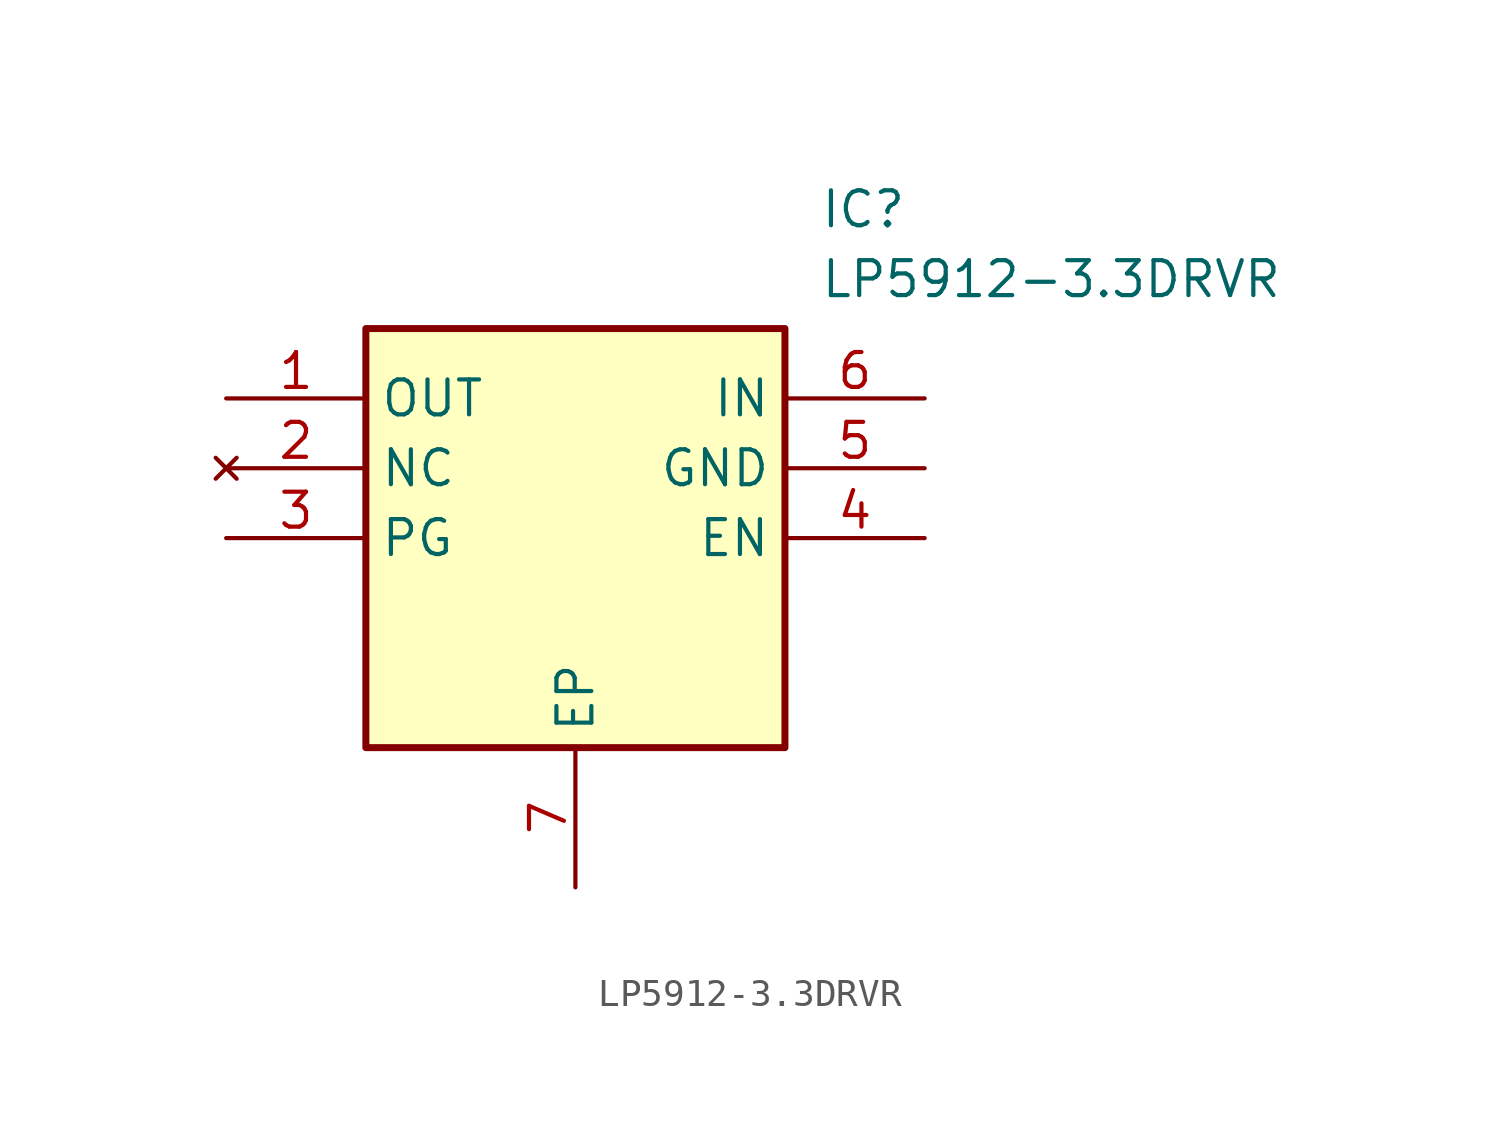
<source format=kicad_sym>
(kicad_symbol_lib
  (version 20220914)
  (generator kicad_symbol_editor)
  (symbol "LP5912-3.3DRVR"
    (property "Reference" "IC"
      (at 21.59 7.62 0)
      (effects (font (size 1.27 1.27)) (justify left top)))
    (property "Value" "LP5912-3.3DRVR"
      (at 21.59 5.08 0)
      (effects (font (size 1.27 1.27)) (justify left top)))
    (symbol "LP5912-3.3DRVR_1_1"
      (rectangle (start 5.08 2.54) (end 20.32 -12.7) (stroke (width 0.254) (type default)) (fill (type background)))
      (pin passive line (at 0 0 0) (length 5.08) (name "OUT" (effects (font (size 1.27 1.27)))) (number "1" (effects (font (size 1.27 1.27)))))
      (pin no_connect line (at 0 -2.54 0) (length 5.08) (name "NC" (effects (font (size 1.27 1.27)))) (number "2" (effects (font (size 1.27 1.27)))))
      (pin passive line (at 0 -5.08 0) (length 5.08) (name "PG" (effects (font (size 1.27 1.27)))) (number "3" (effects (font (size 1.27 1.27)))))
      (pin passive line (at 25.4 -5.08 180) (length 5.08) (name "EN" (effects (font (size 1.27 1.27)))) (number "4" (effects (font (size 1.27 1.27)))))
      (pin passive line (at 25.4 -2.54 180) (length 5.08) (name "GND" (effects (font (size 1.27 1.27)))) (number "5" (effects (font (size 1.27 1.27)))))
      (pin passive line (at 25.4 0 180) (length 5.08) (name "IN" (effects (font (size 1.27 1.27)))) (number "6" (effects (font (size 1.27 1.27)))))
      (pin passive line (at 12.7 -17.78 90) (length 5.08) (name "EP" (effects (font (size 1.27 1.27)))) (number "7" (effects (font (size 1.27 1.27))))))))
</source>
